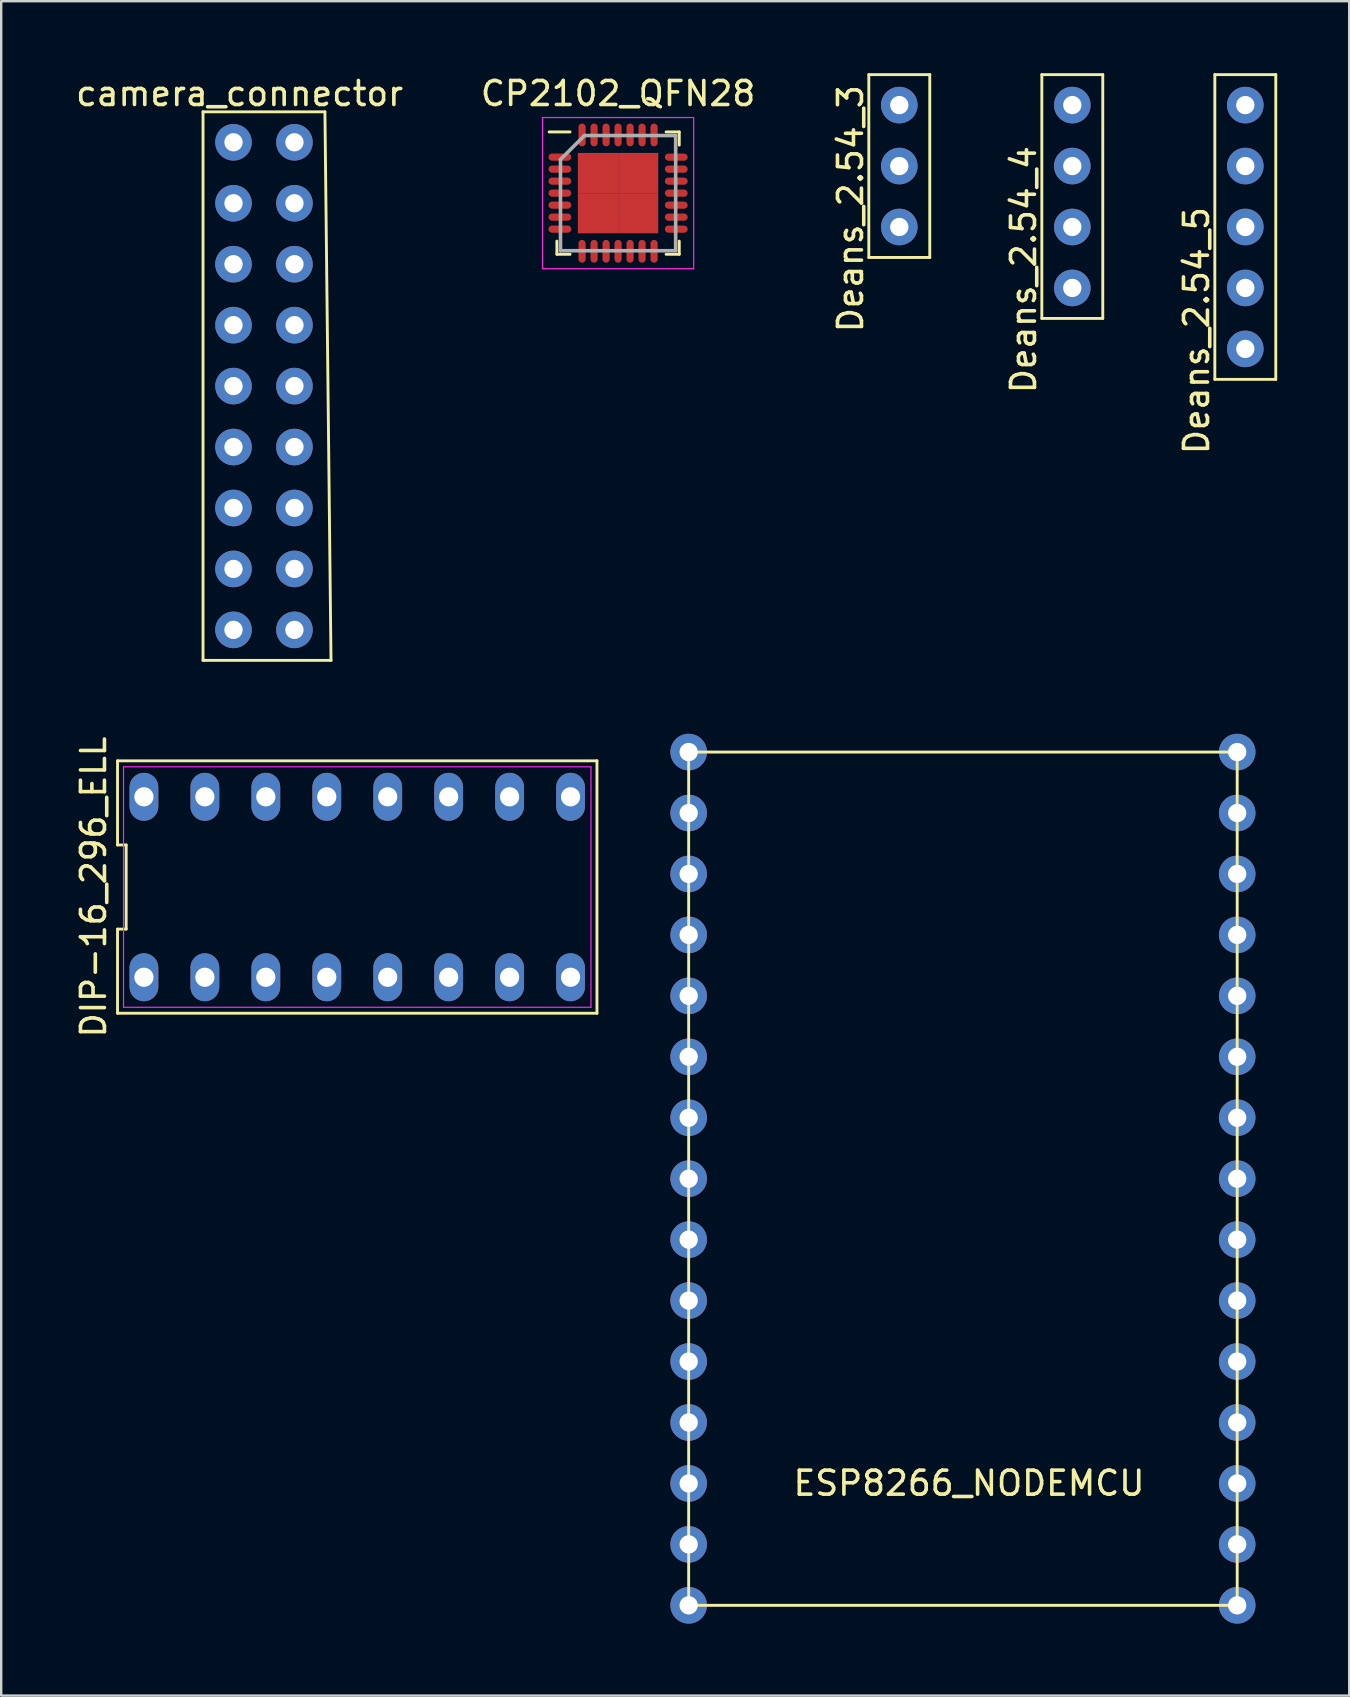
<source format=kicad_pcb>
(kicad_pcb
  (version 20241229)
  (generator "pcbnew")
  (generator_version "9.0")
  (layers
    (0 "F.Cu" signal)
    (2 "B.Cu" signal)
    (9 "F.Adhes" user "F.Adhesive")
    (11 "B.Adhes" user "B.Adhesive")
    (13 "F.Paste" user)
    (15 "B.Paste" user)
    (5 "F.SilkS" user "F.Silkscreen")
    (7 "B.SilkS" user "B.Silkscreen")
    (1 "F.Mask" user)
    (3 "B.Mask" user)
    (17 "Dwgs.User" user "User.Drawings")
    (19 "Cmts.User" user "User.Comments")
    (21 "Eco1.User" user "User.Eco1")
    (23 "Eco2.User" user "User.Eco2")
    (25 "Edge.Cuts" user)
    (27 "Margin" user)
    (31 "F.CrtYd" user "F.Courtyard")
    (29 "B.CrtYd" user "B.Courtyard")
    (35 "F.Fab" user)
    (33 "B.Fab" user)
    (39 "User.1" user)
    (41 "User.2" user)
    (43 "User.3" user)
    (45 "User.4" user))
  (footprint "Deans_2.54_5"
    (layer "F.Cu")
    (at 48.848 1.33)
    (property "Reference" "Deans_2.54_5" (at -2.032 9.398 90) (layer "F.SilkS") (effects (font (size 1 1) (thickness 0.15))))
    (attr through_hole)
    (fp_line (start -1.27 -1.27) (end 1.27 -1.27) (stroke (width 0.12) (type solid)) (layer "F.SilkS"))
    (fp_line (start -1.27 11.43) (end -1.27 -1.27) (stroke (width 0.12) (type solid)) (layer "F.SilkS"))
    (fp_line (start 1.27 -1.27) (end 1.27 11.43) (stroke (width 0.12) (type solid)) (layer "F.SilkS"))
    (fp_line (start 1.27 11.43) (end -1.27 11.43) (stroke (width 0.12) (type solid)) (layer "F.SilkS"))
    (pad "1" thru_hole circle (at 0 0) (size 1.524 1.524) (drill 0.762) (layers "*.Cu" "*.Mask"))
    (pad "2" thru_hole circle (at 0 2.54) (size 1.524 1.524) (drill 0.762) (layers "*.Cu" "*.Mask"))
    (pad "3" thru_hole circle (at 0 5.08) (size 1.524 1.524) (drill 0.762) (layers "*.Cu" "*.Mask"))
    (pad "4" thru_hole circle (at 0 7.62) (size 1.524 1.524) (drill 0.762) (layers "*.Cu" "*.Mask"))
    (pad "5" thru_hole circle (at 0 10.16) (size 1.524 1.524) (drill 0.762) (layers "*.Cu" "*.Mask")))
  (footprint "CP2102_QFN28"
    (layer "F.Cu")
    (at 22.708 4.998)
    (property "Reference" "CP2102_QFN28" (at 0 -4.15 0) (layer "F.SilkS") (effects (font (size 1 1) (thickness 0.15))))
    (attr smd)
    (fp_line (start -2.55 2.55) (end -2.55 2) (stroke (width 0.12) (type solid)) (layer "F.SilkS"))
    (fp_line (start -2 -2.55) (end -2.875 -2.55) (stroke (width 0.12) (type solid)) (layer "F.SilkS"))
    (fp_line (start -2 2.55) (end -2.55 2.55) (stroke (width 0.12) (type solid)) (layer "F.SilkS"))
    (fp_line (start 2 -2.55) (end 2.55 -2.55) (stroke (width 0.12) (type solid)) (layer "F.SilkS"))
    (fp_line (start 2 2.55) (end 2.55 2.55) (stroke (width 0.12) (type solid)) (layer "F.SilkS"))
    (fp_line (start 2.55 -2.55) (end 2.55 -2) (stroke (width 0.12) (type solid)) (layer "F.SilkS"))
    (fp_line (start 2.55 2.55) (end 2.55 2) (stroke (width 0.12) (type solid)) (layer "F.SilkS"))
    (fp_line (start -3.15 -3.15) (end 3.15 -3.15) (stroke (width 0.05) (type solid)) (layer "F.CrtYd"))
    (fp_line (start -3.15 3.15) (end -3.15 -3.15) (stroke (width 0.05) (type solid)) (layer "F.CrtYd"))
    (fp_line (start 3.15 -3.15) (end 3.15 3.15) (stroke (width 0.05) (type solid)) (layer "F.CrtYd"))
    (fp_line (start 3.15 3.15) (end -3.15 3.15) (stroke (width 0.05) (type solid)) (layer "F.CrtYd"))
    (fp_line (start -2.4 -1.4) (end -2.4 2.4) (stroke (width 0.15) (type solid)) (layer "F.Fab"))
    (fp_line (start -2.4 2.4) (end 2.4 2.4) (stroke (width 0.15) (type solid)) (layer "F.Fab"))
    (fp_line (start -1.4 -2.4) (end -2.4 -1.4) (stroke (width 0.15) (type solid)) (layer "F.Fab"))
    (fp_line (start 2.4 -2.4) (end -1.4 -2.4) (stroke (width 0.15) (type solid)) (layer "F.Fab"))
    (fp_line (start 2.4 2.4) (end 2.4 -2.4) (stroke (width 0.15) (type solid)) (layer "F.Fab"))
    (pad "1" smd oval (at -2.425 -1.5 90) (size 0.3 0.95) (layers "F.Cu" "F.Mask" "F.Paste"))
    (pad "2" smd oval (at -2.425 -1 90) (size 0.3 0.95) (layers "F.Cu" "F.Mask" "F.Paste"))
    (pad "3" smd oval (at -2.425 -0.5 90) (size 0.3 0.95) (layers "F.Cu" "F.Mask" "F.Paste"))
    (pad "4" smd oval (at -2.425 0 90) (size 0.3 0.95) (layers "F.Cu" "F.Mask" "F.Paste"))
    (pad "5" smd oval (at -2.425 0.5 90) (size 0.3 0.95) (layers "F.Cu" "F.Mask" "F.Paste"))
    (pad "6" smd oval (at -2.425 1 90) (size 0.3 0.95) (layers "F.Cu" "F.Mask" "F.Paste"))
    (pad "7" smd oval (at -2.425 1.5 90) (size 0.3 0.95) (layers "F.Cu" "F.Mask" "F.Paste"))
    (pad "8" smd oval (at -1.5 2.425) (size 0.3 0.95) (layers "F.Cu" "F.Mask" "F.Paste"))
    (pad "9" smd oval (at -1 2.425) (size 0.3 0.95) (layers "F.Cu" "F.Mask" "F.Paste"))
    (pad "10" smd oval (at -0.5 2.425) (size 0.3 0.95) (layers "F.Cu" "F.Mask" "F.Paste"))
    (pad "11" smd oval (at 0 2.425) (size 0.3 0.95) (layers "F.Cu" "F.Mask" "F.Paste"))
    (pad "12" smd oval (at 0.5 2.425) (size 0.3 0.95) (layers "F.Cu" "F.Mask" "F.Paste"))
    (pad "13" smd oval (at 1 2.425) (size 0.3 0.95) (layers "F.Cu" "F.Mask" "F.Paste"))
    (pad "14" smd oval (at 1.5 2.425) (size 0.3 0.95) (layers "F.Cu" "F.Mask" "F.Paste"))
    (pad "15" smd oval (at 2.425 1.5 90) (size 0.3 0.95) (layers "F.Cu" "F.Mask" "F.Paste"))
    (pad "16" smd oval (at 2.425 1 90) (size 0.3 0.95) (layers "F.Cu" "F.Mask" "F.Paste"))
    (pad "17" smd oval (at 2.425 0.5 90) (size 0.3 0.95) (layers "F.Cu" "F.Mask" "F.Paste"))
    (pad "18" smd oval (at 2.425 0 90) (size 0.3 0.95) (layers "F.Cu" "F.Mask" "F.Paste"))
    (pad "19" smd oval (at 2.425 -0.5 90) (size 0.3 0.95) (layers "F.Cu" "F.Mask" "F.Paste"))
    (pad "20" smd oval (at 2.425 -1 90) (size 0.3 0.95) (layers "F.Cu" "F.Mask" "F.Paste"))
    (pad "21" smd oval (at 2.425 -1.5 90) (size 0.3 0.95) (layers "F.Cu" "F.Mask" "F.Paste"))
    (pad "22" smd oval (at 1.5 -2.425) (size 0.3 0.95) (layers "F.Cu" "F.Mask" "F.Paste"))
    (pad "23" smd oval (at 1 -2.425) (size 0.3 0.95) (layers "F.Cu" "F.Mask" "F.Paste"))
    (pad "24" smd oval (at 0.5 -2.425) (size 0.3 0.95) (layers "F.Cu" "F.Mask" "F.Paste"))
    (pad "25" smd oval (at 0 -2.425) (size 0.3 0.95) (layers "F.Cu" "F.Mask" "F.Paste"))
    (pad "26" smd oval (at -0.5 -2.425) (size 0.3 0.95) (layers "F.Cu" "F.Mask" "F.Paste"))
    (pad "27" smd oval (at -1 -2.425) (size 0.3 0.95) (layers "F.Cu" "F.Mask" "F.Paste"))
    (pad "28" smd oval (at -1.5 -2.425) (size 0.3 0.95) (layers "F.Cu" "F.Mask" "F.Paste"))
    (pad "29" smd rect (at -0.838 -0.838) (size 1.675 1.675) (layers "F.Cu" "F.Mask" "F.Paste"))
    (pad "29" smd rect (at -0.838 0.838) (size 1.675 1.675) (layers "F.Cu" "F.Mask" "F.Paste"))
    (pad "29" smd rect (at 0.838 -0.838) (size 1.675 1.675) (layers "F.Cu" "F.Mask" "F.Paste"))
    (pad "29" smd rect (at 0.838 0.838) (size 1.675 1.675) (layers "F.Cu" "F.Mask" "F.Paste")))
  (footprint "Deans_2.54_3"
    (layer "F.Cu")
    (at 34.428 1.33)
    (property "Reference" "Deans_2.54_3" (at -2.032 4.318 90) (layer "F.SilkS") (effects (font (size 1 1) (thickness 0.15))))
    (attr through_hole)
    (fp_line (start -1.27 -1.27) (end 1.27 -1.27) (stroke (width 0.12) (type solid)) (layer "F.SilkS"))
    (fp_line (start -1.27 6.35) (end -1.27 -1.27) (stroke (width 0.12) (type solid)) (layer "F.SilkS"))
    (fp_line (start 1.27 -1.27) (end 1.27 6.35) (stroke (width 0.12) (type solid)) (layer "F.SilkS"))
    (fp_line (start 1.27 6.35) (end -1.27 6.35) (stroke (width 0.12) (type solid)) (layer "F.SilkS"))
    (pad "1" thru_hole circle (at 0 0) (size 1.524 1.524) (drill 0.762) (layers "*.Cu" "*.Mask"))
    (pad "2" thru_hole circle (at 0 2.54) (size 1.524 1.524) (drill 0.762) (layers "*.Cu" "*.Mask"))
    (pad "3" thru_hole circle (at 0 5.08) (size 1.524 1.524) (drill 0.762) (layers "*.Cu" "*.Mask")))
  (footprint "ESP8266_NODEMCU"
    (layer "F.Cu")
    (at 25.65 28.292)
    (property "Reference" "ESP8266_NODEMCU" (at 11.684 30.472 0) (layer "F.SilkS") (effects (font (size 1 1) (thickness 0.15))))
    (attr through_hole)
    (fp_line (start 0 0) (end 22.86 0) (stroke (width 0.12) (type solid)) (layer "F.SilkS"))
    (fp_line (start 0 35.56) (end 0 0) (stroke (width 0.12) (type solid)) (layer "F.SilkS"))
    (fp_line (start 22.86 0) (end 22.86 35.56) (stroke (width 0.12) (type solid)) (layer "F.SilkS"))
    (fp_line (start 22.86 35.56) (end 0 35.56) (stroke (width 0.12) (type solid)) (layer "F.SilkS"))
    (pad "0" thru_hole circle (at 0 0) (size 1.524 1.524) (drill 0.762) (layers "*.Cu" "*.Mask"))
    (pad "1" thru_hole circle (at 0 2.54) (size 1.524 1.524) (drill 0.762) (layers "*.Cu" "*.Mask"))
    (pad "2" thru_hole circle (at 0 5.08) (size 1.524 1.524) (drill 0.762) (layers "*.Cu" "*.Mask"))
    (pad "3" thru_hole circle (at 0 7.62) (size 1.524 1.524) (drill 0.762) (layers "*.Cu" "*.Mask"))
    (pad "4" thru_hole circle (at 0 10.16) (size 1.524 1.524) (drill 0.762) (layers "*.Cu" "*.Mask"))
    (pad "5" thru_hole circle (at 0 12.7) (size 1.524 1.524) (drill 0.762) (layers "*.Cu" "*.Mask"))
    (pad "6" thru_hole circle (at 0 15.24) (size 1.524 1.524) (drill 0.762) (layers "*.Cu" "*.Mask"))
    (pad "7" thru_hole circle (at 0 17.78) (size 1.524 1.524) (drill 0.762) (layers "*.Cu" "*.Mask"))
    (pad "8" thru_hole circle (at 0 20.32) (size 1.524 1.524) (drill 0.762) (layers "*.Cu" "*.Mask"))
    (pad "9" thru_hole circle (at 0 22.86) (size 1.524 1.524) (drill 0.762) (layers "*.Cu" "*.Mask"))
    (pad "10" thru_hole circle (at 0 25.4) (size 1.524 1.524) (drill 0.762) (layers "*.Cu" "*.Mask"))
    (pad "11" thru_hole circle (at 0 27.94) (size 1.524 1.524) (drill 0.762) (layers "*.Cu" "*.Mask"))
    (pad "12" thru_hole circle (at 0 30.48) (size 1.524 1.524) (drill 0.762) (layers "*.Cu" "*.Mask"))
    (pad "13" thru_hole circle (at 0 33.02) (size 1.524 1.524) (drill 0.762) (layers "*.Cu" "*.Mask"))
    (pad "14" thru_hole circle (at 0 35.56) (size 1.524 1.524) (drill 0.762) (layers "*.Cu" "*.Mask"))
    (pad "15" thru_hole circle (at 22.86 35.56) (size 1.524 1.524) (drill 0.762) (layers "*.Cu" "*.Mask"))
    (pad "16" thru_hole circle (at 22.86 33.02) (size 1.524 1.524) (drill 0.762) (layers "*.Cu" "*.Mask"))
    (pad "17" thru_hole circle (at 22.86 30.48) (size 1.524 1.524) (drill 0.762) (layers "*.Cu" "*.Mask"))
    (pad "18" thru_hole circle (at 22.86 27.94) (size 1.524 1.524) (drill 0.762) (layers "*.Cu" "*.Mask"))
    (pad "19" thru_hole circle (at 22.86 25.4) (size 1.524 1.524) (drill 0.762) (layers "*.Cu" "*.Mask"))
    (pad "20" thru_hole circle (at 22.86 22.86) (size 1.524 1.524) (drill 0.762) (layers "*.Cu" "*.Mask"))
    (pad "21" thru_hole circle (at 22.86 20.32) (size 1.524 1.524) (drill 0.762) (layers "*.Cu" "*.Mask"))
    (pad "22" thru_hole circle (at 22.86 17.78) (size 1.524 1.524) (drill 0.762) (layers "*.Cu" "*.Mask"))
    (pad "23" thru_hole circle (at 22.86 15.24) (size 1.524 1.524) (drill 0.762) (layers "*.Cu" "*.Mask"))
    (pad "24" thru_hole circle (at 22.86 12.7) (size 1.524 1.524) (drill 0.762) (layers "*.Cu" "*.Mask"))
    (pad "25" thru_hole circle (at 22.86 10.16) (size 1.524 1.524) (drill 0.762) (layers "*.Cu" "*.Mask"))
    (pad "26" thru_hole circle (at 22.86 7.62) (size 1.524 1.524) (drill 0.762) (layers "*.Cu" "*.Mask"))
    (pad "27" thru_hole circle (at 22.86 5.08) (size 1.524 1.524) (drill 0.762) (layers "*.Cu" "*.Mask"))
    (pad "28" thru_hole circle (at 22.86 2.54) (size 1.524 1.524) (drill 0.762) (layers "*.Cu" "*.Mask"))
    (pad "29" thru_hole circle (at 22.86 0) (size 1.524 1.524) (drill 0.762) (layers "*.Cu" "*.Mask")))
  (footprint "camera_connector"
    (layer "F.Cu")
    (at 6.681 2.88)
    (property "Reference" "camera_connector" (at 0.254 -2.032 0) (layer "F.SilkS") (effects (font (size 1 1) (thickness 0.15))))
    (attr through_hole)
    (fp_line (start -1.27 -1.27) (end 3.81 -1.27) (stroke (width 0.12) (type solid)) (layer "F.SilkS"))
    (fp_line (start -1.27 21.59) (end -1.27 -1.27) (stroke (width 0.12) (type solid)) (layer "F.SilkS"))
    (fp_line (start 3.81 -1.27) (end 4.064 21.59) (stroke (width 0.12) (type solid)) (layer "F.SilkS"))
    (fp_line (start 4.064 21.59) (end -1.27 21.59) (stroke (width 0.12) (type solid)) (layer "F.SilkS"))
    (pad "1" thru_hole circle (at 0 0) (size 1.524 1.524) (drill 0.762) (layers "*.Cu" "*.Mask"))
    (pad "2" thru_hole circle (at 2.54 0) (size 1.524 1.524) (drill 0.762) (layers "*.Cu" "*.Mask"))
    (pad "3" thru_hole circle (at 0 2.54) (size 1.524 1.524) (drill 0.762) (layers "*.Cu" "*.Mask"))
    (pad "4" thru_hole circle (at 2.54 2.54) (size 1.524 1.524) (drill 0.762) (layers "*.Cu" "*.Mask"))
    (pad "5" thru_hole circle (at 0 5.08) (size 1.524 1.524) (drill 0.762) (layers "*.Cu" "*.Mask"))
    (pad "6" thru_hole circle (at 2.54 5.08) (size 1.524 1.524) (drill 0.762) (layers "*.Cu" "*.Mask"))
    (pad "7" thru_hole circle (at 0 7.62) (size 1.524 1.524) (drill 0.762) (layers "*.Cu" "*.Mask"))
    (pad "8" thru_hole circle (at 2.54 7.62) (size 1.524 1.524) (drill 0.762) (layers "*.Cu" "*.Mask"))
    (pad "9" thru_hole circle (at 0 10.16) (size 1.524 1.524) (drill 0.762) (layers "*.Cu" "*.Mask"))
    (pad "10" thru_hole circle (at 2.54 10.16) (size 1.524 1.524) (drill 0.762) (layers "*.Cu" "*.Mask"))
    (pad "11" thru_hole circle (at 0 12.7) (size 1.524 1.524) (drill 0.762) (layers "*.Cu" "*.Mask"))
    (pad "12" thru_hole circle (at 2.54 12.7) (size 1.524 1.524) (drill 0.762) (layers "*.Cu" "*.Mask"))
    (pad "13" thru_hole circle (at 0 15.24) (size 1.524 1.524) (drill 0.762) (layers "*.Cu" "*.Mask"))
    (pad "14" thru_hole circle (at 2.54 15.24) (size 1.524 1.524) (drill 0.762) (layers "*.Cu" "*.Mask"))
    (pad "15" thru_hole circle (at 0 17.78) (size 1.524 1.524) (drill 0.762) (layers "*.Cu" "*.Mask"))
    (pad "16" thru_hole circle (at 2.54 17.78) (size 1.524 1.524) (drill 0.762) (layers "*.Cu" "*.Mask"))
    (pad "17" thru_hole circle (at 0 20.32) (size 1.524 1.524) (drill 0.762) (layers "*.Cu" "*.Mask"))
    (pad "18" thru_hole circle (at 2.54 20.32) (size 1.524 1.524) (drill 0.762) (layers "*.Cu" "*.Mask")))
  (footprint "DIP-16_296_ELL"
    (layer "F.Cu")
    (at 11.838 33.917)
    (property "Reference" "DIP-16_296_ELL" (at -10.99 0 90) (layer "F.SilkS") (effects (font (size 1 1) (thickness 0.15))))
    (attr through_hole)
    (fp_line (start -9.99 -5.26) (end -9.99 -1.753) (stroke (width 0.12) (type solid)) (layer "F.SilkS"))
    (fp_line (start -9.99 -1.753) (end -9.63 -1.753) (stroke (width 0.12) (type solid)) (layer "F.SilkS"))
    (fp_line (start -9.99 1.753) (end -9.99 5.26) (stroke (width 0.12) (type solid)) (layer "F.SilkS"))
    (fp_line (start -9.99 5.26) (end 9.99 5.26) (stroke (width 0.12) (type solid)) (layer "F.SilkS"))
    (fp_line (start -9.63 -1.753) (end -9.63 1.753) (stroke (width 0.12) (type solid)) (layer "F.SilkS"))
    (fp_line (start -9.63 1.753) (end -9.99 1.753) (stroke (width 0.12) (type solid)) (layer "F.SilkS"))
    (fp_line (start 9.99 -5.26) (end -9.99 -5.26) (stroke (width 0.12) (type solid)) (layer "F.SilkS"))
    (fp_line (start 9.99 5.26) (end 9.99 -5.26) (stroke (width 0.12) (type solid)) (layer "F.SilkS"))
    (fp_line (start -9.74 -5.01) (end 9.74 -5.01) (stroke (width 0.05) (type solid)) (layer "F.CrtYd"))
    (fp_line (start -9.74 5.01) (end -9.74 -5.01) (stroke (width 0.05) (type solid)) (layer "F.CrtYd"))
    (fp_line (start 9.74 -5.01) (end 9.74 5.01) (stroke (width 0.05) (type solid)) (layer "F.CrtYd"))
    (fp_line (start 9.74 5.01) (end -9.74 5.01) (stroke (width 0.05) (type solid)) (layer "F.CrtYd"))
    (pad "1" thru_hole oval (at -8.89 3.76) (size 1.2 2) (drill 0.8) (layers "*.Cu" "*.Mask"))
    (pad "2" thru_hole oval (at -6.35 3.76) (size 1.2 2) (drill 0.8) (layers "*.Cu" "*.Mask"))
    (pad "3" thru_hole oval (at -3.81 3.76) (size 1.2 2) (drill 0.8) (layers "*.Cu" "*.Mask"))
    (pad "4" thru_hole oval (at -1.27 3.76) (size 1.2 2) (drill 0.8) (layers "*.Cu" "*.Mask"))
    (pad "5" thru_hole oval (at 1.27 3.76) (size 1.2 2) (drill 0.8) (layers "*.Cu" "*.Mask"))
    (pad "6" thru_hole oval (at 3.81 3.76) (size 1.2 2) (drill 0.8) (layers "*.Cu" "*.Mask"))
    (pad "7" thru_hole oval (at 6.35 3.76) (size 1.2 2) (drill 0.8) (layers "*.Cu" "*.Mask"))
    (pad "8" thru_hole oval (at 8.89 3.76) (size 1.2 2) (drill 0.8) (layers "*.Cu" "*.Mask"))
    (pad "9" thru_hole oval (at 8.89 -3.76) (size 1.2 2) (drill 0.8) (layers "*.Cu" "*.Mask"))
    (pad "10" thru_hole oval (at 6.35 -3.76) (size 1.2 2) (drill 0.8) (layers "*.Cu" "*.Mask"))
    (pad "11" thru_hole oval (at 3.81 -3.76) (size 1.2 2) (drill 0.8) (layers "*.Cu" "*.Mask"))
    (pad "12" thru_hole oval (at 1.27 -3.76) (size 1.2 2) (drill 0.8) (layers "*.Cu" "*.Mask"))
    (pad "13" thru_hole oval (at -1.27 -3.76) (size 1.2 2) (drill 0.8) (layers "*.Cu" "*.Mask"))
    (pad "14" thru_hole oval (at -3.81 -3.76) (size 1.2 2) (drill 0.8) (layers "*.Cu" "*.Mask"))
    (pad "15" thru_hole oval (at -6.35 -3.76) (size 1.2 2) (drill 0.8) (layers "*.Cu" "*.Mask"))
    (pad "16" thru_hole oval (at -8.89 -3.76) (size 1.2 2) (drill 0.8) (layers "*.Cu" "*.Mask")))
  (footprint "Deans_2.54_4"
    (layer "F.Cu")
    (at 41.638 1.33)
    (property "Reference" "Deans_2.54_4" (at -2.032 6.858 90) (layer "F.SilkS") (effects (font (size 1 1) (thickness 0.15))))
    (attr through_hole)
    (fp_line (start -1.27 -1.27) (end 1.27 -1.27) (stroke (width 0.12) (type solid)) (layer "F.SilkS"))
    (fp_line (start -1.27 8.89) (end -1.27 -1.27) (stroke (width 0.12) (type solid)) (layer "F.SilkS"))
    (fp_line (start 1.27 -1.27) (end 1.27 8.89) (stroke (width 0.12) (type solid)) (layer "F.SilkS"))
    (fp_line (start 1.27 8.89) (end -1.27 8.89) (stroke (width 0.12) (type solid)) (layer "F.SilkS"))
    (pad "1" thru_hole circle (at 0 0) (size 1.524 1.524) (drill 0.762) (layers "*.Cu" "*.Mask"))
    (pad "2" thru_hole circle (at 0 2.54) (size 1.524 1.524) (drill 0.762) (layers "*.Cu" "*.Mask"))
    (pad "3" thru_hole circle (at 0 5.08) (size 1.524 1.524) (drill 0.762) (layers "*.Cu" "*.Mask"))
    (pad "4" thru_hole circle (at 0 7.62) (size 1.524 1.524) (drill 0.762) (layers "*.Cu" "*.Mask")))
  (gr_rect
    (start -3 -3)
    (end 53.178 67.614)
    (stroke (width 0.1) (type default))
    (fill no)
    (layer "Edge.Cuts")))
</source>
